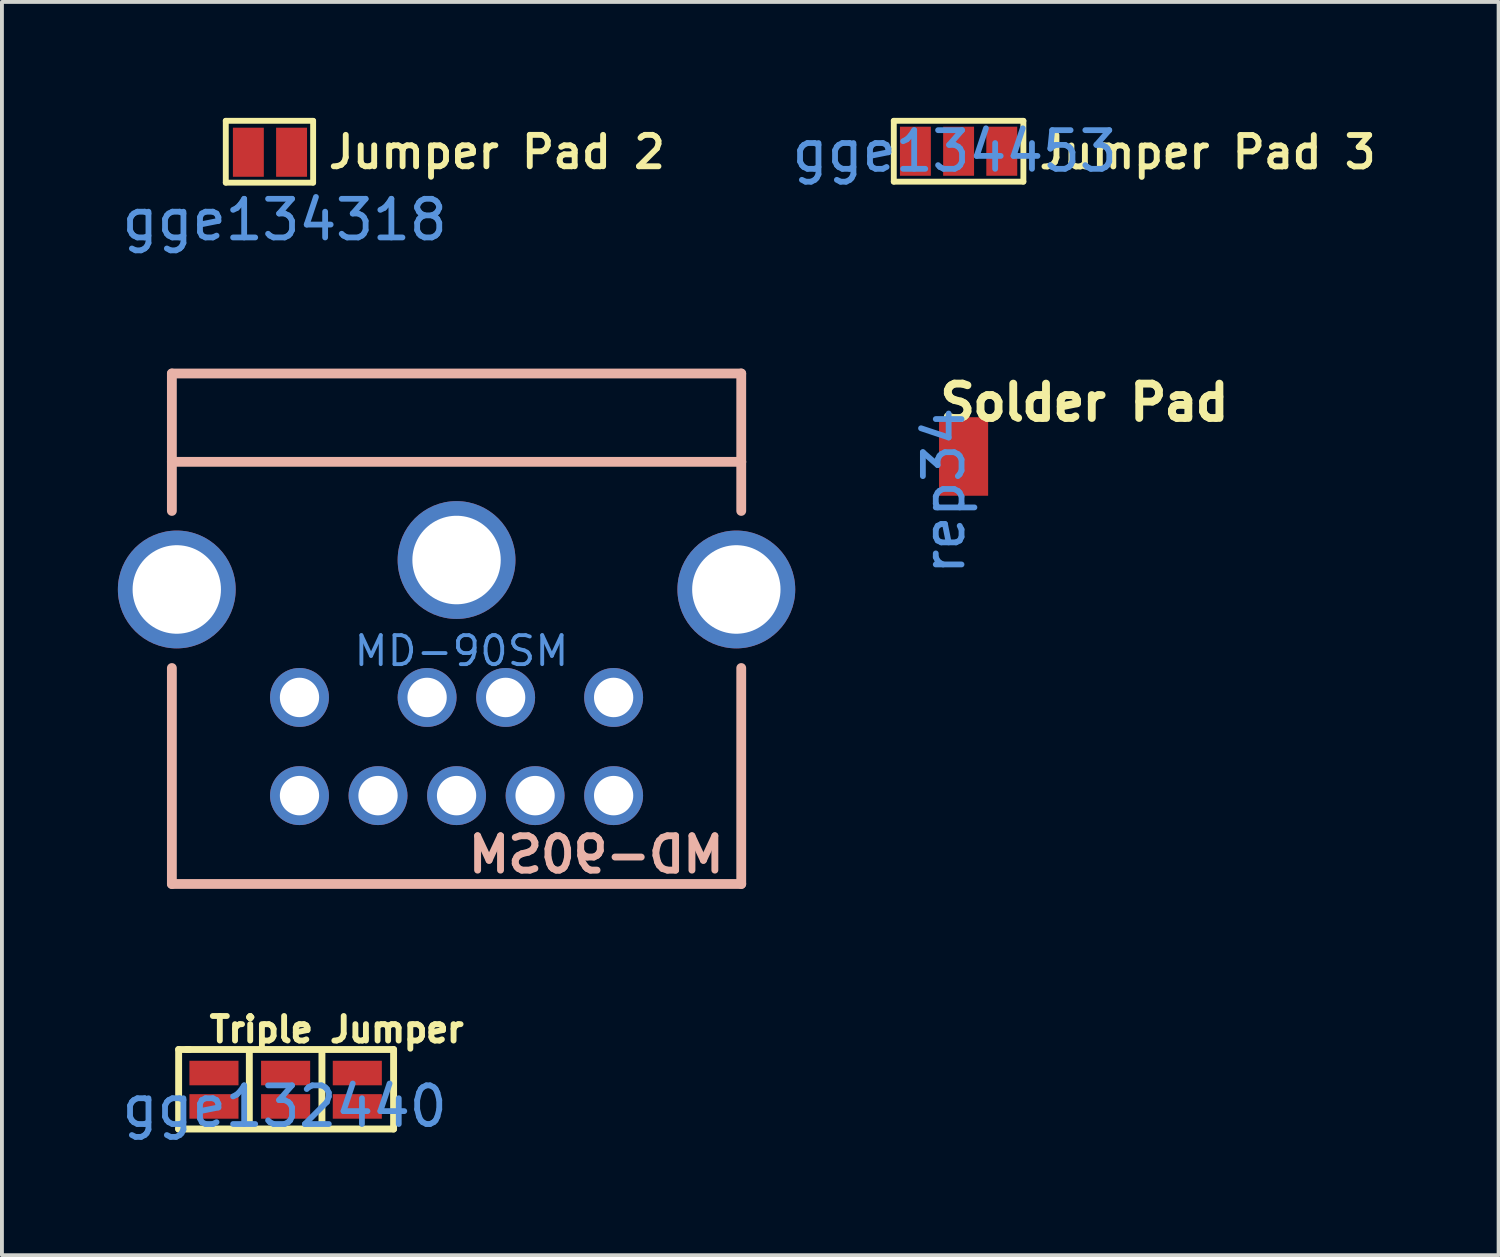
<source format=kicad_pcb>
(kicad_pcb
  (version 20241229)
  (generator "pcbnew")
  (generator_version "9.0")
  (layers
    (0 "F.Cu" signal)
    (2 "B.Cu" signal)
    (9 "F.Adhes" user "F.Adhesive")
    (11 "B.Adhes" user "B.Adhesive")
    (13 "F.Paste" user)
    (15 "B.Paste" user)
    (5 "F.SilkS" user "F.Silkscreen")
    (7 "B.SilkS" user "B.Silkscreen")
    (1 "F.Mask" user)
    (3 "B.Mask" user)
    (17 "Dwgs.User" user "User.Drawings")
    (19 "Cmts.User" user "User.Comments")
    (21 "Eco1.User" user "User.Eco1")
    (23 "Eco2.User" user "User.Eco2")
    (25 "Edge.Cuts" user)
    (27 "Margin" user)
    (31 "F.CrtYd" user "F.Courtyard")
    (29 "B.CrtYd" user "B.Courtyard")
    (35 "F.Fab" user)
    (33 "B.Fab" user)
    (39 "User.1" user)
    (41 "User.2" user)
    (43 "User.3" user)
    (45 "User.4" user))
  (footprint "MD-90SM"
    (layer "F.Cu")
    (at 8.89 14.742)
    (property "Reference" "MD-90SM" (at 6.885 4.32 0) (layer "B.SilkS") (effects (font (size 0.889 0.889) (thickness 0.178)) (justify left mirror)))
    (attr through_hole)
    (fp_line (start -7.493 -8.128) (end -7.493 -5.842) (stroke (width 0.254) (type solid)) (layer "B.SilkS"))
    (fp_line (start -7.493 -5.842) (end -7.493 -4.572) (stroke (width 0.254) (type solid)) (layer "B.SilkS"))
    (fp_line (start -7.493 -5.842) (end 7.239 -5.842) (stroke (width 0.254) (type solid)) (layer "B.SilkS"))
    (fp_line (start -7.493 -0.508) (end -7.493 5.08) (stroke (width 0.254) (type solid)) (layer "B.SilkS"))
    (fp_line (start -7.493 5.08) (end 7.239 5.08) (stroke (width 0.254) (type solid)) (layer "B.SilkS"))
    (fp_line (start 7.239 -8.128) (end -7.493 -8.128) (stroke (width 0.254) (type solid)) (layer "B.SilkS"))
    (fp_line (start 7.239 -5.842) (end 7.239 -8.128) (stroke (width 0.254) (type solid)) (layer "B.SilkS"))
    (fp_line (start 7.239 -4.572) (end 7.239 -5.842) (stroke (width 0.254) (type solid)) (layer "B.SilkS"))
    (fp_line (start 7.239 5.08) (end 7.239 -0.508) (stroke (width 0.254) (type solid)) (layer "B.SilkS"))
    (fp_text user "MD-90SM" (at 0 -0.95 0) (layer "Cmts.User") (effects (font (size 0.75 0.75) (thickness 0.1))))
    (pad "1" thru_hole circle (at 1.143 0.254 180) (size 1.524 1.524) (drill oval 1.016 1.021) (layers "*.Cu" "*.Paste" "*.Mask"))
    (pad "2" thru_hole circle (at -0.889 0.254 180) (size 1.524 1.524) (drill oval 1.016 1.021) (layers "*.Cu" "*.Paste" "*.Mask"))
    (pad "3" thru_hole circle (at 3.937 0.254 180) (size 1.524 1.524) (drill oval 1.016 1.021) (layers "*.Cu" "*.Paste" "*.Mask"))
    (pad "4" thru_hole circle (at 1.905 2.794 180) (size 1.524 1.524) (drill oval 1.016 1.021) (layers "*.Cu" "*.Paste" "*.Mask"))
    (pad "5" thru_hole circle (at -0.127 2.794 180) (size 1.524 1.524) (drill oval 1.016 1.021) (layers "*.Cu" "*.Paste" "*.Mask"))
    (pad "6" thru_hole circle (at -4.191 0.254 180) (size 1.524 1.524) (drill oval 1.016 1.021) (layers "*.Cu" "*.Paste" "*.Mask"))
    (pad "7" thru_hole circle (at 3.937 2.794 180) (size 1.524 1.524) (drill oval 1.016 1.021) (layers "*.Cu" "*.Paste" "*.Mask"))
    (pad "8" thru_hole circle (at -2.159 2.794 180) (size 1.524 1.524) (drill oval 1.016 1.021) (layers "*.Cu" "*.Paste" "*.Mask"))
    (pad "9" thru_hole circle (at -4.191 2.794 180) (size 1.524 1.524) (drill oval 1.016 1.021) (layers "*.Cu" "*.Paste" "*.Mask"))
    (pad "10" thru_hole circle (at -7.366 -2.54 180) (size 3.048 3.048) (drill oval 2.286 2.291) (layers "*.Cu" "*.Paste" "*.Mask"))
    (pad "10" thru_hole circle (at -0.127 -3.302 180) (size 3.048 3.048) (drill oval 2.286 2.291) (layers "*.Cu" "*.Paste" "*.Mask"))
    (pad "10" thru_hole circle (at 7.112 -2.54 180) (size 3.048 3.048) (drill oval 2.286 2.291) (layers "*.Cu" "*.Paste" "*.Mask")))
  (footprint "Triple Jumper"
    (layer "F.Cu")
    (at 4.315 25.578)
    (property "Reference" "Triple Jumper" (at -2.019 -1.991 0) (layer "F.SilkS") (effects (font (size 0.635 0.635) (thickness 0.152)) (justify left)))
    (attr smd)
    (fp_line (start -2.743 -1.473) (end -2.743 0.584) (stroke (width 0.178) (type solid)) (layer "F.SilkS"))
    (fp_line (start -2.743 0.584) (end 2.819 0.584) (stroke (width 0.178) (type solid)) (layer "F.SilkS"))
    (fp_line (start -2.464 -1.473) (end -2.743 -1.473) (stroke (width 0.178) (type solid)) (layer "F.SilkS"))
    (fp_line (start -0.914 -1.448) (end -0.914 0.483) (stroke (width 0.178) (type solid)) (layer "F.SilkS"))
    (fp_line (start 0.965 -1.372) (end 0.965 0.559) (stroke (width 0.178) (type solid)) (layer "F.SilkS"))
    (fp_line (start 2.819 -1.473) (end -2.54 -1.473) (stroke (width 0.178) (type solid)) (layer "F.SilkS"))
    (fp_line (start 2.819 0.584) (end 2.819 -1.473) (stroke (width 0.178) (type solid)) (layer "F.SilkS"))
    (fp_text user "gge132440" (at 0 0 0) (layer "Cmts.User") (effects (font (size 1 1) (thickness 0.15))))
    (pad "1" smd rect (at -1.829 0 90) (size 0.635 1.27) (layers "F.Cu" "F.Mask" "F.Paste"))
    (pad "2" smd rect (at -1.829 -0.864 90) (size 0.635 1.27) (layers "F.Cu" "F.Mask" "F.Paste"))
    (pad "3" smd rect (at 0.025 0 90) (size 0.635 1.27) (layers "F.Cu" "F.Mask" "F.Paste"))
    (pad "4" smd rect (at 0.025 -0.864 90) (size 0.635 1.27) (layers "F.Cu" "F.Mask" "F.Paste"))
    (pad "5" smd rect (at 1.88 0 90) (size 0.635 1.27) (layers "F.Cu" "F.Mask" "F.Paste"))
    (pad "6" smd rect (at 1.88 -0.864 90) (size 0.635 1.27) (layers "F.Cu" "F.Mask" "F.Paste")))
  (footprint "Jumper Pad 2"
    (layer "F.Cu")
    (at 4.265 0.889)
    (property "Reference" "Jumper Pad 2" (at 1.105 -0.005 0) (layer "F.SilkS") (effects (font (size 0.813 0.813) (thickness 0.152)) (justify left)))
    (attr smd)
    (fp_line (start -1.473 -0.813) (end -1.473 0.787) (stroke (width 0.152) (type solid)) (layer "F.SilkS"))
    (fp_line (start -1.473 0.787) (end 0.787 0.787) (stroke (width 0.152) (type solid)) (layer "F.SilkS"))
    (fp_line (start 0.787 -0.813) (end -1.473 -0.813) (stroke (width 0.152) (type solid)) (layer "F.SilkS"))
    (fp_line (start 0.787 0.787) (end 0.787 -0.813) (stroke (width 0.152) (type solid)) (layer "F.SilkS"))
    (fp_text user "gge134318" (at 0.05 1.75 0) (layer "Cmts.User") (effects (font (size 1 1) (thickness 0.15))))
    (pad "1" smd rect (at -0.889 0 90) (size 1.27 0.8) (layers "F.Cu" "F.Mask" "F.Paste"))
    (pad "2" smd rect (at 0.229 0 90) (size 1.27 0.8) (layers "F.Cu" "F.Mask" "F.Paste")))
  (footprint "Jumper Pad 3"
    (layer "F.Cu")
    (at 21.651 0.863)
    (property "Reference" "Jumper Pad 3" (at 2.108 0.025 0) (layer "F.SilkS") (effects (font (size 0.813 0.813) (thickness 0.152)) (justify left)))
    (attr smd)
    (fp_line (start -1.575 -0.787) (end -1.575 0.787) (stroke (width 0.152) (type solid)) (layer "F.SilkS"))
    (fp_line (start -1.575 0.787) (end 1.778 0.787) (stroke (width 0.152) (type solid)) (layer "F.SilkS"))
    (fp_line (start 1.778 -0.787) (end -1.575 -0.787) (stroke (width 0.152) (type solid)) (layer "F.SilkS"))
    (fp_line (start 1.778 0.787) (end 1.778 -0.787) (stroke (width 0.152) (type solid)) (layer "F.SilkS"))
    (fp_text user "gge134453" (at 0 0 0) (layer "Cmts.User") (effects (font (size 1 1) (thickness 0.15))))
    (pad "1" smd rect (at -1.016 0 90) (size 1.27 0.8) (layers "F.Cu" "F.Mask" "F.Paste"))
    (pad "2" smd rect (at 0.102 0 90) (size 1.27 0.8) (layers "F.Cu" "F.Mask" "F.Paste"))
    (pad "3" smd rect (at 1.219 0 90) (size 1.27 0.8) (layers "F.Cu" "F.Mask" "F.Paste")))
  (footprint "Solder Pad"
    (layer "F.Cu")
    (at 21.374 9.65)
    (property "Reference" "Solder Pad" (at -0.203 -2.286 0) (layer "F.SilkS") (effects (font (size 0.889 0.889) (thickness 0.203)) (justify left)))
    (attr smd)
    (fp_text user "rep34" (at 0 0 270) (layer "Cmts.User") (effects (font (size 1 1) (thickness 0.15))))
    (pad "1" smd rect (at 0.508 -0.889) (size 1.27 2.032) (layers "F.Cu" "F.Mask" "F.Paste")))
  (gr_rect
    (start -3 -3)
    (end 35.725 29.427)
    (stroke (width 0.1) (type default))
    (fill no)
    (layer "Edge.Cuts")))
</source>
